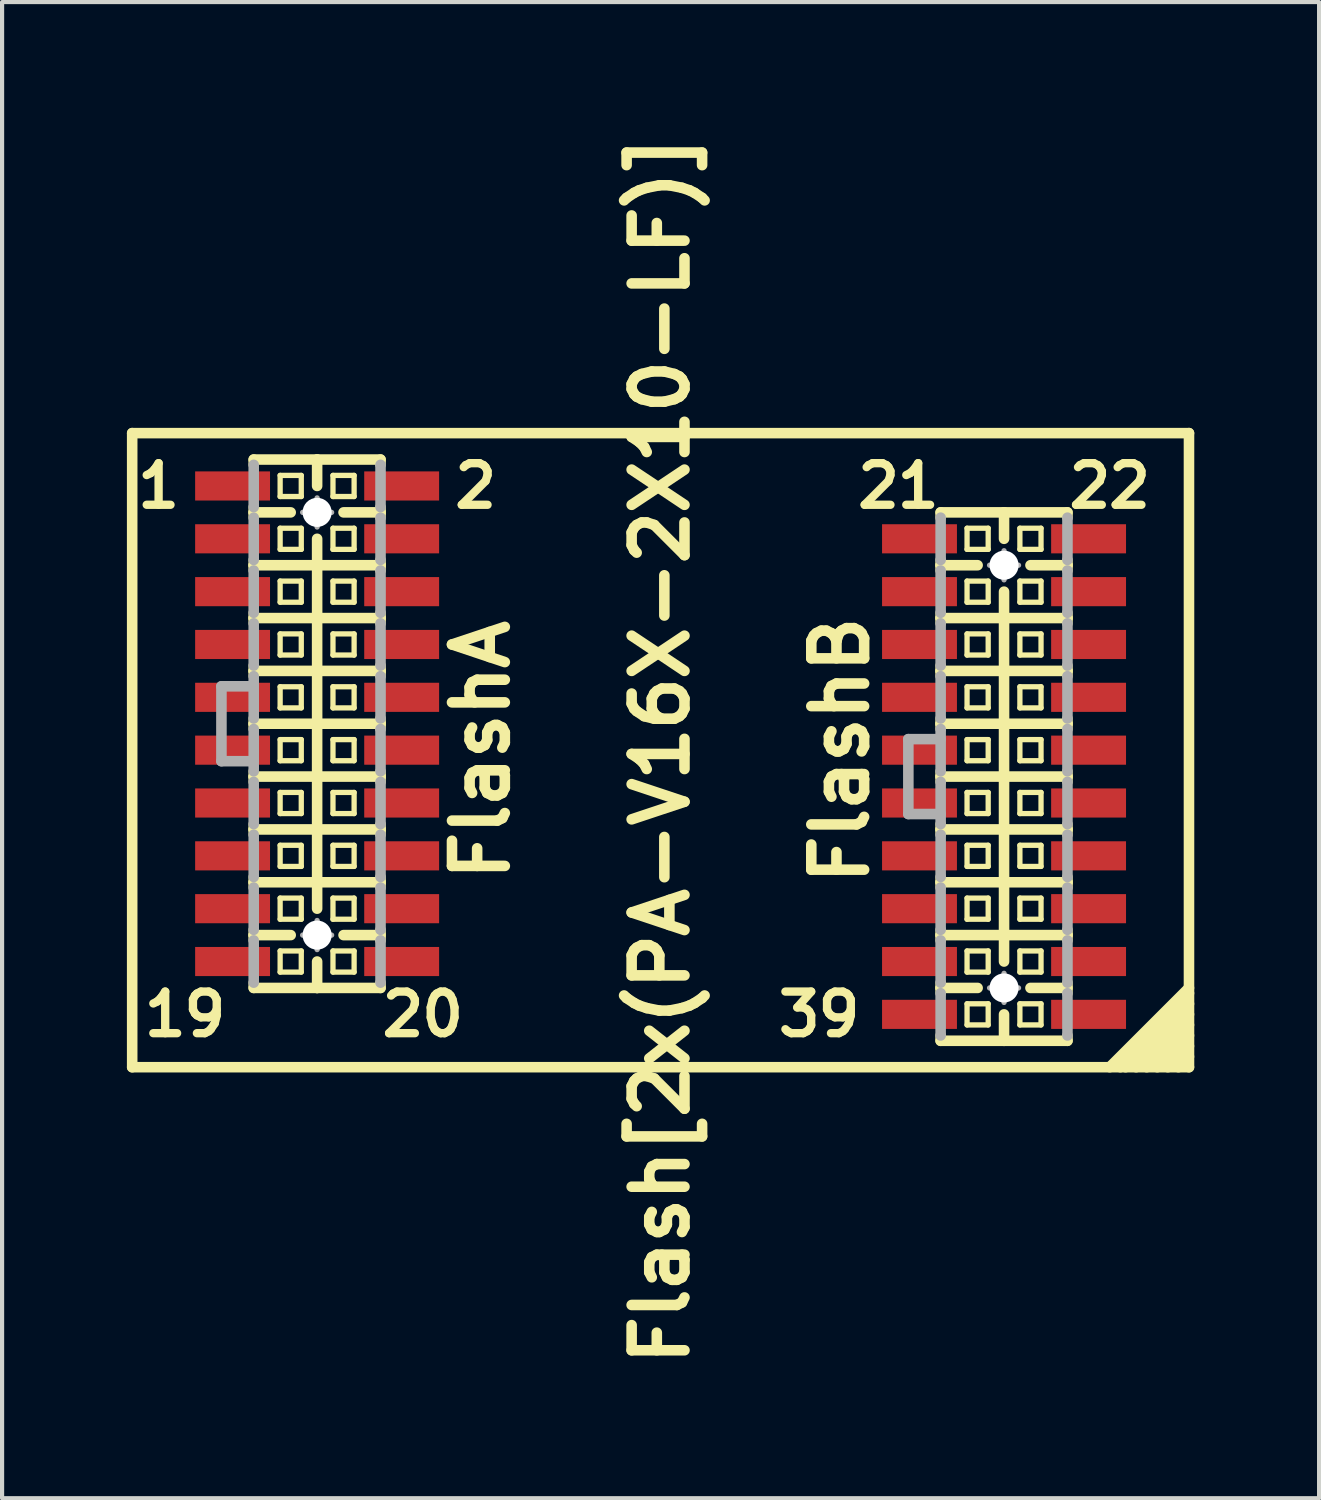
<source format=kicad_pcb>
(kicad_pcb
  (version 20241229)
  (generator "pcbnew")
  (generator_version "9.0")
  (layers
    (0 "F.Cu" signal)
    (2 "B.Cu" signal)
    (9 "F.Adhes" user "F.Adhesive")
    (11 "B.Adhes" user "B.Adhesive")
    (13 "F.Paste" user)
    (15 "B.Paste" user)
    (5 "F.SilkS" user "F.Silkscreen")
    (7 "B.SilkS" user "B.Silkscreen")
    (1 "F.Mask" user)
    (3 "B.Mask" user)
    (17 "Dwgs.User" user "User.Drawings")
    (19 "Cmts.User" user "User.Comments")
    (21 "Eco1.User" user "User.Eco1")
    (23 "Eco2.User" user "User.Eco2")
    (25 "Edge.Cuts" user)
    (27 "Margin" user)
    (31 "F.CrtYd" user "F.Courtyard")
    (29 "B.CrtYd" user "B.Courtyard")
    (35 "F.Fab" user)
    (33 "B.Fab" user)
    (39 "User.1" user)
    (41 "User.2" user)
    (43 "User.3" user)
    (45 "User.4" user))
  (footprint "Flash[2x(PA-V16X-2X10-LF)]"
    (layer "F.Cu")
    (at 12.827 14.98)
    (property "Reference" "Flash[2x(PA-V16X-2X10-LF)]" (at 0 0 90) (layer "F.SilkS") (effects (font (size 1.27 1.27) (thickness 0.254))))
    (attr smd)
    (fp_line (start -12.7 -7.62) (end 12.7 -7.62) (stroke (width 0.254) (type solid)) (layer "F.SilkS"))
    (fp_line (start -12.7 7.62) (end -12.7 -7.62) (stroke (width 0.254) (type solid)) (layer "F.SilkS"))
    (fp_line (start -9.779 -6.985) (end -9.779 -6.858) (stroke (width 0.254) (type solid)) (layer "F.SilkS"))
    (fp_line (start -9.779 -5.842) (end -9.779 -5.715) (stroke (width 0.254) (type solid)) (layer "F.SilkS"))
    (fp_line (start -9.779 -5.715) (end -9.779 -5.588) (stroke (width 0.254) (type solid)) (layer "F.SilkS"))
    (fp_line (start -9.779 -5.715) (end -8.89 -5.715) (stroke (width 0.254) (type solid)) (layer "F.SilkS"))
    (fp_line (start -9.779 -4.572) (end -9.779 -4.445) (stroke (width 0.254) (type solid)) (layer "F.SilkS"))
    (fp_line (start -9.779 -4.445) (end -9.779 -4.318) (stroke (width 0.254) (type solid)) (layer "F.SilkS"))
    (fp_line (start -9.779 -4.445) (end -8.255 -4.445) (stroke (width 0.254) (type solid)) (layer "F.SilkS"))
    (fp_line (start -9.779 -3.302) (end -9.779 -3.175) (stroke (width 0.254) (type solid)) (layer "F.SilkS"))
    (fp_line (start -9.779 -3.175) (end -9.779 -3.048) (stroke (width 0.254) (type solid)) (layer "F.SilkS"))
    (fp_line (start -9.779 -3.175) (end -8.255 -3.175) (stroke (width 0.254) (type solid)) (layer "F.SilkS"))
    (fp_line (start -9.779 -2.032) (end -9.779 -1.905) (stroke (width 0.254) (type solid)) (layer "F.SilkS"))
    (fp_line (start -9.779 -1.905) (end -9.779 -1.778) (stroke (width 0.254) (type solid)) (layer "F.SilkS"))
    (fp_line (start -9.779 -1.905) (end -8.255 -1.905) (stroke (width 0.254) (type solid)) (layer "F.SilkS"))
    (fp_line (start -9.779 -0.762) (end -9.779 -0.635) (stroke (width 0.254) (type solid)) (layer "F.SilkS"))
    (fp_line (start -9.779 -0.635) (end -9.779 -0.508) (stroke (width 0.254) (type solid)) (layer "F.SilkS"))
    (fp_line (start -9.779 -0.635) (end -8.255 -0.635) (stroke (width 0.254) (type solid)) (layer "F.SilkS"))
    (fp_line (start -9.779 0.508) (end -9.779 0.635) (stroke (width 0.254) (type solid)) (layer "F.SilkS"))
    (fp_line (start -9.779 0.635) (end -9.779 0.762) (stroke (width 0.254) (type solid)) (layer "F.SilkS"))
    (fp_line (start -9.779 0.635) (end -8.255 0.635) (stroke (width 0.254) (type solid)) (layer "F.SilkS"))
    (fp_line (start -9.779 1.778) (end -9.779 1.905) (stroke (width 0.254) (type solid)) (layer "F.SilkS"))
    (fp_line (start -9.779 1.905) (end -9.779 2.032) (stroke (width 0.254) (type solid)) (layer "F.SilkS"))
    (fp_line (start -9.779 1.905) (end -8.255 1.905) (stroke (width 0.254) (type solid)) (layer "F.SilkS"))
    (fp_line (start -9.779 3.048) (end -9.779 3.175) (stroke (width 0.254) (type solid)) (layer "F.SilkS"))
    (fp_line (start -9.779 3.175) (end -9.779 3.302) (stroke (width 0.254) (type solid)) (layer "F.SilkS"))
    (fp_line (start -9.779 3.175) (end -8.255 3.175) (stroke (width 0.254) (type solid)) (layer "F.SilkS"))
    (fp_line (start -9.779 4.318) (end -9.779 4.445) (stroke (width 0.254) (type solid)) (layer "F.SilkS"))
    (fp_line (start -9.779 4.445) (end -9.779 4.572) (stroke (width 0.254) (type solid)) (layer "F.SilkS"))
    (fp_line (start -9.779 4.445) (end -8.89 4.445) (stroke (width 0.254) (type solid)) (layer "F.SilkS"))
    (fp_line (start -9.779 5.715) (end -9.779 5.588) (stroke (width 0.254) (type solid)) (layer "F.SilkS"))
    (fp_line (start -9.144 -6.604) (end -9.144 -6.096) (stroke (width 0.127) (type solid)) (layer "F.SilkS"))
    (fp_line (start -9.144 -6.604) (end -8.636 -6.604) (stroke (width 0.127) (type solid)) (layer "F.SilkS"))
    (fp_line (start -9.144 -6.096) (end -8.636 -6.096) (stroke (width 0.127) (type solid)) (layer "F.SilkS"))
    (fp_line (start -9.144 -5.334) (end -9.144 -4.826) (stroke (width 0.127) (type solid)) (layer "F.SilkS"))
    (fp_line (start -9.144 -5.334) (end -8.636 -5.334) (stroke (width 0.127) (type solid)) (layer "F.SilkS"))
    (fp_line (start -9.144 -4.826) (end -8.636 -4.826) (stroke (width 0.127) (type solid)) (layer "F.SilkS"))
    (fp_line (start -9.144 -4.064) (end -9.144 -3.556) (stroke (width 0.127) (type solid)) (layer "F.SilkS"))
    (fp_line (start -9.144 -4.064) (end -8.636 -4.064) (stroke (width 0.127) (type solid)) (layer "F.SilkS"))
    (fp_line (start -9.144 -3.556) (end -8.636 -3.556) (stroke (width 0.127) (type solid)) (layer "F.SilkS"))
    (fp_line (start -9.144 -2.794) (end -9.144 -2.286) (stroke (width 0.127) (type solid)) (layer "F.SilkS"))
    (fp_line (start -9.144 -2.794) (end -8.636 -2.794) (stroke (width 0.127) (type solid)) (layer "F.SilkS"))
    (fp_line (start -9.144 -2.286) (end -8.636 -2.286) (stroke (width 0.127) (type solid)) (layer "F.SilkS"))
    (fp_line (start -9.144 -1.524) (end -9.144 -1.016) (stroke (width 0.127) (type solid)) (layer "F.SilkS"))
    (fp_line (start -9.144 -1.524) (end -8.636 -1.524) (stroke (width 0.127) (type solid)) (layer "F.SilkS"))
    (fp_line (start -9.144 -1.016) (end -8.636 -1.016) (stroke (width 0.127) (type solid)) (layer "F.SilkS"))
    (fp_line (start -9.144 -0.254) (end -9.144 0.254) (stroke (width 0.127) (type solid)) (layer "F.SilkS"))
    (fp_line (start -9.144 -0.254) (end -8.636 -0.254) (stroke (width 0.127) (type solid)) (layer "F.SilkS"))
    (fp_line (start -9.144 0.254) (end -8.636 0.254) (stroke (width 0.127) (type solid)) (layer "F.SilkS"))
    (fp_line (start -9.144 1.016) (end -9.144 1.524) (stroke (width 0.127) (type solid)) (layer "F.SilkS"))
    (fp_line (start -9.144 1.016) (end -8.636 1.016) (stroke (width 0.127) (type solid)) (layer "F.SilkS"))
    (fp_line (start -9.144 1.524) (end -8.636 1.524) (stroke (width 0.127) (type solid)) (layer "F.SilkS"))
    (fp_line (start -9.144 2.286) (end -9.144 2.794) (stroke (width 0.127) (type solid)) (layer "F.SilkS"))
    (fp_line (start -9.144 2.286) (end -8.636 2.286) (stroke (width 0.127) (type solid)) (layer "F.SilkS"))
    (fp_line (start -9.144 2.794) (end -8.636 2.794) (stroke (width 0.127) (type solid)) (layer "F.SilkS"))
    (fp_line (start -9.144 3.556) (end -9.144 4.064) (stroke (width 0.127) (type solid)) (layer "F.SilkS"))
    (fp_line (start -9.144 3.556) (end -8.636 3.556) (stroke (width 0.127) (type solid)) (layer "F.SilkS"))
    (fp_line (start -9.144 4.064) (end -8.636 4.064) (stroke (width 0.127) (type solid)) (layer "F.SilkS"))
    (fp_line (start -9.144 4.826) (end -9.144 5.334) (stroke (width 0.127) (type solid)) (layer "F.SilkS"))
    (fp_line (start -9.144 4.826) (end -8.636 4.826) (stroke (width 0.127) (type solid)) (layer "F.SilkS"))
    (fp_line (start -9.144 5.334) (end -8.636 5.334) (stroke (width 0.127) (type solid)) (layer "F.SilkS"))
    (fp_line (start -8.636 -6.604) (end -8.636 -6.096) (stroke (width 0.127) (type solid)) (layer "F.SilkS"))
    (fp_line (start -8.636 -5.334) (end -8.636 -4.826) (stroke (width 0.127) (type solid)) (layer "F.SilkS"))
    (fp_line (start -8.636 -4.064) (end -8.636 -3.556) (stroke (width 0.127) (type solid)) (layer "F.SilkS"))
    (fp_line (start -8.636 -2.794) (end -8.636 -2.286) (stroke (width 0.127) (type solid)) (layer "F.SilkS"))
    (fp_line (start -8.636 -1.524) (end -8.636 -1.016) (stroke (width 0.127) (type solid)) (layer "F.SilkS"))
    (fp_line (start -8.636 -0.254) (end -8.636 0.254) (stroke (width 0.127) (type solid)) (layer "F.SilkS"))
    (fp_line (start -8.636 1.016) (end -8.636 1.524) (stroke (width 0.127) (type solid)) (layer "F.SilkS"))
    (fp_line (start -8.636 2.286) (end -8.636 2.794) (stroke (width 0.127) (type solid)) (layer "F.SilkS"))
    (fp_line (start -8.636 3.556) (end -8.636 4.064) (stroke (width 0.127) (type solid)) (layer "F.SilkS"))
    (fp_line (start -8.636 4.826) (end -8.636 5.334) (stroke (width 0.127) (type solid)) (layer "F.SilkS"))
    (fp_line (start -8.255 -6.985) (end -9.779 -6.985) (stroke (width 0.254) (type solid)) (layer "F.SilkS"))
    (fp_line (start -8.255 -6.985) (end -8.255 -6.35) (stroke (width 0.254) (type solid)) (layer "F.SilkS"))
    (fp_line (start -8.255 -5.08) (end -8.255 -4.445) (stroke (width 0.254) (type solid)) (layer "F.SilkS"))
    (fp_line (start -8.255 -4.445) (end -8.255 -3.175) (stroke (width 0.254) (type solid)) (layer "F.SilkS"))
    (fp_line (start -8.255 -4.445) (end -6.731 -4.445) (stroke (width 0.254) (type solid)) (layer "F.SilkS"))
    (fp_line (start -8.255 -3.175) (end -8.255 -1.905) (stroke (width 0.254) (type solid)) (layer "F.SilkS"))
    (fp_line (start -8.255 -3.175) (end -6.731 -3.175) (stroke (width 0.254) (type solid)) (layer "F.SilkS"))
    (fp_line (start -8.255 -1.905) (end -8.255 -0.635) (stroke (width 0.254) (type solid)) (layer "F.SilkS"))
    (fp_line (start -8.255 -1.905) (end -6.731 -1.905) (stroke (width 0.254) (type solid)) (layer "F.SilkS"))
    (fp_line (start -8.255 -0.635) (end -8.255 0.635) (stroke (width 0.254) (type solid)) (layer "F.SilkS"))
    (fp_line (start -8.255 -0.635) (end -6.731 -0.635) (stroke (width 0.254) (type solid)) (layer "F.SilkS"))
    (fp_line (start -8.255 0.635) (end -8.255 1.905) (stroke (width 0.254) (type solid)) (layer "F.SilkS"))
    (fp_line (start -8.255 0.635) (end -6.731 0.635) (stroke (width 0.254) (type solid)) (layer "F.SilkS"))
    (fp_line (start -8.255 1.905) (end -8.255 3.175) (stroke (width 0.254) (type solid)) (layer "F.SilkS"))
    (fp_line (start -8.255 1.905) (end -6.731 1.905) (stroke (width 0.254) (type solid)) (layer "F.SilkS"))
    (fp_line (start -8.255 3.175) (end -8.255 3.81) (stroke (width 0.254) (type solid)) (layer "F.SilkS"))
    (fp_line (start -8.255 3.175) (end -6.731 3.175) (stroke (width 0.254) (type solid)) (layer "F.SilkS"))
    (fp_line (start -8.255 5.08) (end -8.255 5.715) (stroke (width 0.254) (type solid)) (layer "F.SilkS"))
    (fp_line (start -8.255 5.715) (end -9.779 5.715) (stroke (width 0.254) (type solid)) (layer "F.SilkS"))
    (fp_line (start -7.874 -6.604) (end -7.874 -6.096) (stroke (width 0.127) (type solid)) (layer "F.SilkS"))
    (fp_line (start -7.874 -6.604) (end -7.366 -6.604) (stroke (width 0.127) (type solid)) (layer "F.SilkS"))
    (fp_line (start -7.874 -6.096) (end -7.366 -6.096) (stroke (width 0.127) (type solid)) (layer "F.SilkS"))
    (fp_line (start -7.874 -5.334) (end -7.874 -4.826) (stroke (width 0.127) (type solid)) (layer "F.SilkS"))
    (fp_line (start -7.874 -5.334) (end -7.366 -5.334) (stroke (width 0.127) (type solid)) (layer "F.SilkS"))
    (fp_line (start -7.874 -4.826) (end -7.366 -4.826) (stroke (width 0.127) (type solid)) (layer "F.SilkS"))
    (fp_line (start -7.874 -4.064) (end -7.874 -3.556) (stroke (width 0.127) (type solid)) (layer "F.SilkS"))
    (fp_line (start -7.874 -4.064) (end -7.366 -4.064) (stroke (width 0.127) (type solid)) (layer "F.SilkS"))
    (fp_line (start -7.874 -3.556) (end -7.366 -3.556) (stroke (width 0.127) (type solid)) (layer "F.SilkS"))
    (fp_line (start -7.874 -2.794) (end -7.874 -2.286) (stroke (width 0.127) (type solid)) (layer "F.SilkS"))
    (fp_line (start -7.874 -2.794) (end -7.366 -2.794) (stroke (width 0.127) (type solid)) (layer "F.SilkS"))
    (fp_line (start -7.874 -2.286) (end -7.366 -2.286) (stroke (width 0.127) (type solid)) (layer "F.SilkS"))
    (fp_line (start -7.874 -1.524) (end -7.874 -1.016) (stroke (width 0.127) (type solid)) (layer "F.SilkS"))
    (fp_line (start -7.874 -1.524) (end -7.366 -1.524) (stroke (width 0.127) (type solid)) (layer "F.SilkS"))
    (fp_line (start -7.874 -1.016) (end -7.366 -1.016) (stroke (width 0.127) (type solid)) (layer "F.SilkS"))
    (fp_line (start -7.874 -0.254) (end -7.874 0.254) (stroke (width 0.127) (type solid)) (layer "F.SilkS"))
    (fp_line (start -7.874 -0.254) (end -7.366 -0.254) (stroke (width 0.127) (type solid)) (layer "F.SilkS"))
    (fp_line (start -7.874 0.254) (end -7.366 0.254) (stroke (width 0.127) (type solid)) (layer "F.SilkS"))
    (fp_line (start -7.874 1.016) (end -7.874 1.524) (stroke (width 0.127) (type solid)) (layer "F.SilkS"))
    (fp_line (start -7.874 1.016) (end -7.366 1.016) (stroke (width 0.127) (type solid)) (layer "F.SilkS"))
    (fp_line (start -7.874 1.524) (end -7.366 1.524) (stroke (width 0.127) (type solid)) (layer "F.SilkS"))
    (fp_line (start -7.874 2.286) (end -7.874 2.794) (stroke (width 0.127) (type solid)) (layer "F.SilkS"))
    (fp_line (start -7.874 2.286) (end -7.366 2.286) (stroke (width 0.127) (type solid)) (layer "F.SilkS"))
    (fp_line (start -7.874 2.794) (end -7.366 2.794) (stroke (width 0.127) (type solid)) (layer "F.SilkS"))
    (fp_line (start -7.874 3.556) (end -7.874 4.064) (stroke (width 0.127) (type solid)) (layer "F.SilkS"))
    (fp_line (start -7.874 3.556) (end -7.366 3.556) (stroke (width 0.127) (type solid)) (layer "F.SilkS"))
    (fp_line (start -7.874 4.064) (end -7.366 4.064) (stroke (width 0.127) (type solid)) (layer "F.SilkS"))
    (fp_line (start -7.874 4.826) (end -7.874 5.334) (stroke (width 0.127) (type solid)) (layer "F.SilkS"))
    (fp_line (start -7.874 4.826) (end -7.366 4.826) (stroke (width 0.127) (type solid)) (layer "F.SilkS"))
    (fp_line (start -7.874 5.334) (end -7.366 5.334) (stroke (width 0.127) (type solid)) (layer "F.SilkS"))
    (fp_line (start -7.62 -5.715) (end -6.731 -5.715) (stroke (width 0.254) (type solid)) (layer "F.SilkS"))
    (fp_line (start -7.62 4.445) (end -6.731 4.445) (stroke (width 0.254) (type solid)) (layer "F.SilkS"))
    (fp_line (start -7.366 -6.604) (end -7.366 -6.096) (stroke (width 0.127) (type solid)) (layer "F.SilkS"))
    (fp_line (start -7.366 -5.334) (end -7.366 -4.826) (stroke (width 0.127) (type solid)) (layer "F.SilkS"))
    (fp_line (start -7.366 -4.064) (end -7.366 -3.556) (stroke (width 0.127) (type solid)) (layer "F.SilkS"))
    (fp_line (start -7.366 -2.794) (end -7.366 -2.286) (stroke (width 0.127) (type solid)) (layer "F.SilkS"))
    (fp_line (start -7.366 -1.524) (end -7.366 -1.016) (stroke (width 0.127) (type solid)) (layer "F.SilkS"))
    (fp_line (start -7.366 -0.254) (end -7.366 0.254) (stroke (width 0.127) (type solid)) (layer "F.SilkS"))
    (fp_line (start -7.366 1.016) (end -7.366 1.524) (stroke (width 0.127) (type solid)) (layer "F.SilkS"))
    (fp_line (start -7.366 2.286) (end -7.366 2.794) (stroke (width 0.127) (type solid)) (layer "F.SilkS"))
    (fp_line (start -7.366 3.556) (end -7.366 4.064) (stroke (width 0.127) (type solid)) (layer "F.SilkS"))
    (fp_line (start -7.366 4.826) (end -7.366 5.334) (stroke (width 0.127) (type solid)) (layer "F.SilkS"))
    (fp_line (start -6.731 -6.985) (end -8.255 -6.985) (stroke (width 0.254) (type solid)) (layer "F.SilkS"))
    (fp_line (start -6.731 -6.858) (end -6.731 -6.985) (stroke (width 0.254) (type solid)) (layer "F.SilkS"))
    (fp_line (start -6.731 -5.842) (end -6.731 -5.715) (stroke (width 0.254) (type solid)) (layer "F.SilkS"))
    (fp_line (start -6.731 -5.715) (end -6.731 -5.588) (stroke (width 0.254) (type solid)) (layer "F.SilkS"))
    (fp_line (start -6.731 -4.572) (end -6.731 -4.445) (stroke (width 0.254) (type solid)) (layer "F.SilkS"))
    (fp_line (start -6.731 -4.445) (end -6.731 -4.318) (stroke (width 0.254) (type solid)) (layer "F.SilkS"))
    (fp_line (start -6.731 -3.302) (end -6.731 -3.175) (stroke (width 0.254) (type solid)) (layer "F.SilkS"))
    (fp_line (start -6.731 -3.175) (end -6.731 -3.048) (stroke (width 0.254) (type solid)) (layer "F.SilkS"))
    (fp_line (start -6.731 -2.032) (end -6.731 -1.905) (stroke (width 0.254) (type solid)) (layer "F.SilkS"))
    (fp_line (start -6.731 -1.905) (end -6.731 -1.778) (stroke (width 0.254) (type solid)) (layer "F.SilkS"))
    (fp_line (start -6.731 -0.762) (end -6.731 -0.635) (stroke (width 0.254) (type solid)) (layer "F.SilkS"))
    (fp_line (start -6.731 -0.635) (end -6.731 -0.508) (stroke (width 0.254) (type solid)) (layer "F.SilkS"))
    (fp_line (start -6.731 0.508) (end -6.731 0.635) (stroke (width 0.254) (type solid)) (layer "F.SilkS"))
    (fp_line (start -6.731 0.635) (end -6.731 0.762) (stroke (width 0.254) (type solid)) (layer "F.SilkS"))
    (fp_line (start -6.731 1.778) (end -6.731 1.905) (stroke (width 0.254) (type solid)) (layer "F.SilkS"))
    (fp_line (start -6.731 1.905) (end -6.731 2.032) (stroke (width 0.254) (type solid)) (layer "F.SilkS"))
    (fp_line (start -6.731 3.048) (end -6.731 3.175) (stroke (width 0.254) (type solid)) (layer "F.SilkS"))
    (fp_line (start -6.731 3.175) (end -6.731 3.302) (stroke (width 0.254) (type solid)) (layer "F.SilkS"))
    (fp_line (start -6.731 4.318) (end -6.731 4.572) (stroke (width 0.254) (type solid)) (layer "F.SilkS"))
    (fp_line (start -6.731 5.588) (end -6.731 5.715) (stroke (width 0.254) (type solid)) (layer "F.SilkS"))
    (fp_line (start -6.731 5.715) (end -8.255 5.715) (stroke (width 0.254) (type solid)) (layer "F.SilkS"))
    (fp_line (start 6.731 -5.715) (end 6.731 -5.588) (stroke (width 0.254) (type solid)) (layer "F.SilkS"))
    (fp_line (start 6.731 -4.572) (end 6.731 -4.445) (stroke (width 0.254) (type solid)) (layer "F.SilkS"))
    (fp_line (start 6.731 -4.445) (end 6.731 -4.318) (stroke (width 0.254) (type solid)) (layer "F.SilkS"))
    (fp_line (start 6.731 -4.445) (end 7.62 -4.445) (stroke (width 0.254) (type solid)) (layer "F.SilkS"))
    (fp_line (start 6.731 -3.302) (end 6.731 -3.175) (stroke (width 0.254) (type solid)) (layer "F.SilkS"))
    (fp_line (start 6.731 -3.175) (end 6.731 -3.048) (stroke (width 0.254) (type solid)) (layer "F.SilkS"))
    (fp_line (start 6.731 -3.175) (end 8.255 -3.175) (stroke (width 0.254) (type solid)) (layer "F.SilkS"))
    (fp_line (start 6.731 -2.032) (end 6.731 -1.905) (stroke (width 0.254) (type solid)) (layer "F.SilkS"))
    (fp_line (start 6.731 -1.905) (end 6.731 -1.778) (stroke (width 0.254) (type solid)) (layer "F.SilkS"))
    (fp_line (start 6.731 -1.905) (end 8.255 -1.905) (stroke (width 0.254) (type solid)) (layer "F.SilkS"))
    (fp_line (start 6.731 -0.762) (end 6.731 -0.635) (stroke (width 0.254) (type solid)) (layer "F.SilkS"))
    (fp_line (start 6.731 -0.635) (end 6.731 -0.508) (stroke (width 0.254) (type solid)) (layer "F.SilkS"))
    (fp_line (start 6.731 -0.635) (end 8.255 -0.635) (stroke (width 0.254) (type solid)) (layer "F.SilkS"))
    (fp_line (start 6.731 0.508) (end 6.731 0.635) (stroke (width 0.254) (type solid)) (layer "F.SilkS"))
    (fp_line (start 6.731 0.635) (end 6.731 0.762) (stroke (width 0.254) (type solid)) (layer "F.SilkS"))
    (fp_line (start 6.731 0.635) (end 8.255 0.635) (stroke (width 0.254) (type solid)) (layer "F.SilkS"))
    (fp_line (start 6.731 1.778) (end 6.731 1.905) (stroke (width 0.254) (type solid)) (layer "F.SilkS"))
    (fp_line (start 6.731 1.905) (end 6.731 2.032) (stroke (width 0.254) (type solid)) (layer "F.SilkS"))
    (fp_line (start 6.731 1.905) (end 8.255 1.905) (stroke (width 0.254) (type solid)) (layer "F.SilkS"))
    (fp_line (start 6.731 3.048) (end 6.731 3.175) (stroke (width 0.254) (type solid)) (layer "F.SilkS"))
    (fp_line (start 6.731 3.175) (end 6.731 3.302) (stroke (width 0.254) (type solid)) (layer "F.SilkS"))
    (fp_line (start 6.731 3.175) (end 8.255 3.175) (stroke (width 0.254) (type solid)) (layer "F.SilkS"))
    (fp_line (start 6.731 4.318) (end 6.731 4.445) (stroke (width 0.254) (type solid)) (layer "F.SilkS"))
    (fp_line (start 6.731 4.445) (end 6.731 4.572) (stroke (width 0.254) (type solid)) (layer "F.SilkS"))
    (fp_line (start 6.731 4.445) (end 8.255 4.445) (stroke (width 0.254) (type solid)) (layer "F.SilkS"))
    (fp_line (start 6.731 5.588) (end 6.731 5.715) (stroke (width 0.254) (type solid)) (layer "F.SilkS"))
    (fp_line (start 6.731 5.715) (end 6.731 5.842) (stroke (width 0.254) (type solid)) (layer "F.SilkS"))
    (fp_line (start 6.731 5.715) (end 7.62 5.715) (stroke (width 0.254) (type solid)) (layer "F.SilkS"))
    (fp_line (start 6.731 6.985) (end 6.731 6.858) (stroke (width 0.254) (type solid)) (layer "F.SilkS"))
    (fp_line (start 7.366 -5.334) (end 7.366 -4.826) (stroke (width 0.127) (type solid)) (layer "F.SilkS"))
    (fp_line (start 7.366 -5.334) (end 7.874 -5.334) (stroke (width 0.127) (type solid)) (layer "F.SilkS"))
    (fp_line (start 7.366 -4.826) (end 7.874 -4.826) (stroke (width 0.127) (type solid)) (layer "F.SilkS"))
    (fp_line (start 7.366 -4.064) (end 7.366 -3.556) (stroke (width 0.127) (type solid)) (layer "F.SilkS"))
    (fp_line (start 7.366 -4.064) (end 7.874 -4.064) (stroke (width 0.127) (type solid)) (layer "F.SilkS"))
    (fp_line (start 7.366 -3.556) (end 7.874 -3.556) (stroke (width 0.127) (type solid)) (layer "F.SilkS"))
    (fp_line (start 7.366 -2.794) (end 7.366 -2.286) (stroke (width 0.127) (type solid)) (layer "F.SilkS"))
    (fp_line (start 7.366 -2.794) (end 7.874 -2.794) (stroke (width 0.127) (type solid)) (layer "F.SilkS"))
    (fp_line (start 7.366 -2.286) (end 7.874 -2.286) (stroke (width 0.127) (type solid)) (layer "F.SilkS"))
    (fp_line (start 7.366 -1.524) (end 7.366 -1.016) (stroke (width 0.127) (type solid)) (layer "F.SilkS"))
    (fp_line (start 7.366 -1.524) (end 7.874 -1.524) (stroke (width 0.127) (type solid)) (layer "F.SilkS"))
    (fp_line (start 7.366 -1.016) (end 7.874 -1.016) (stroke (width 0.127) (type solid)) (layer "F.SilkS"))
    (fp_line (start 7.366 -0.254) (end 7.366 0.254) (stroke (width 0.127) (type solid)) (layer "F.SilkS"))
    (fp_line (start 7.366 -0.254) (end 7.874 -0.254) (stroke (width 0.127) (type solid)) (layer "F.SilkS"))
    (fp_line (start 7.366 0.254) (end 7.874 0.254) (stroke (width 0.127) (type solid)) (layer "F.SilkS"))
    (fp_line (start 7.366 1.016) (end 7.366 1.524) (stroke (width 0.127) (type solid)) (layer "F.SilkS"))
    (fp_line (start 7.366 1.016) (end 7.874 1.016) (stroke (width 0.127) (type solid)) (layer "F.SilkS"))
    (fp_line (start 7.366 1.524) (end 7.874 1.524) (stroke (width 0.127) (type solid)) (layer "F.SilkS"))
    (fp_line (start 7.366 2.286) (end 7.366 2.794) (stroke (width 0.127) (type solid)) (layer "F.SilkS"))
    (fp_line (start 7.366 2.286) (end 7.874 2.286) (stroke (width 0.127) (type solid)) (layer "F.SilkS"))
    (fp_line (start 7.366 2.794) (end 7.874 2.794) (stroke (width 0.127) (type solid)) (layer "F.SilkS"))
    (fp_line (start 7.366 3.556) (end 7.366 4.064) (stroke (width 0.127) (type solid)) (layer "F.SilkS"))
    (fp_line (start 7.366 3.556) (end 7.874 3.556) (stroke (width 0.127) (type solid)) (layer "F.SilkS"))
    (fp_line (start 7.366 4.064) (end 7.874 4.064) (stroke (width 0.127) (type solid)) (layer "F.SilkS"))
    (fp_line (start 7.366 4.826) (end 7.366 5.334) (stroke (width 0.127) (type solid)) (layer "F.SilkS"))
    (fp_line (start 7.366 4.826) (end 7.874 4.826) (stroke (width 0.127) (type solid)) (layer "F.SilkS"))
    (fp_line (start 7.366 5.334) (end 7.874 5.334) (stroke (width 0.127) (type solid)) (layer "F.SilkS"))
    (fp_line (start 7.366 6.096) (end 7.366 6.604) (stroke (width 0.127) (type solid)) (layer "F.SilkS"))
    (fp_line (start 7.366 6.096) (end 7.874 6.096) (stroke (width 0.127) (type solid)) (layer "F.SilkS"))
    (fp_line (start 7.366 6.604) (end 7.874 6.604) (stroke (width 0.127) (type solid)) (layer "F.SilkS"))
    (fp_line (start 7.874 -5.334) (end 7.874 -4.826) (stroke (width 0.127) (type solid)) (layer "F.SilkS"))
    (fp_line (start 7.874 -4.064) (end 7.874 -3.556) (stroke (width 0.127) (type solid)) (layer "F.SilkS"))
    (fp_line (start 7.874 -2.794) (end 7.874 -2.286) (stroke (width 0.127) (type solid)) (layer "F.SilkS"))
    (fp_line (start 7.874 -1.524) (end 7.874 -1.016) (stroke (width 0.127) (type solid)) (layer "F.SilkS"))
    (fp_line (start 7.874 -0.254) (end 7.874 0.254) (stroke (width 0.127) (type solid)) (layer "F.SilkS"))
    (fp_line (start 7.874 1.016) (end 7.874 1.524) (stroke (width 0.127) (type solid)) (layer "F.SilkS"))
    (fp_line (start 7.874 2.286) (end 7.874 2.794) (stroke (width 0.127) (type solid)) (layer "F.SilkS"))
    (fp_line (start 7.874 3.556) (end 7.874 4.064) (stroke (width 0.127) (type solid)) (layer "F.SilkS"))
    (fp_line (start 7.874 4.826) (end 7.874 5.334) (stroke (width 0.127) (type solid)) (layer "F.SilkS"))
    (fp_line (start 7.874 6.096) (end 7.874 6.604) (stroke (width 0.127) (type solid)) (layer "F.SilkS"))
    (fp_line (start 8.255 -5.715) (end 6.731 -5.715) (stroke (width 0.254) (type solid)) (layer "F.SilkS"))
    (fp_line (start 8.255 -5.715) (end 8.255 -5.08) (stroke (width 0.254) (type solid)) (layer "F.SilkS"))
    (fp_line (start 8.255 -3.81) (end 8.255 -3.175) (stroke (width 0.254) (type solid)) (layer "F.SilkS"))
    (fp_line (start 8.255 -3.175) (end 8.255 -1.905) (stroke (width 0.254) (type solid)) (layer "F.SilkS"))
    (fp_line (start 8.255 -3.175) (end 9.779 -3.175) (stroke (width 0.254) (type solid)) (layer "F.SilkS"))
    (fp_line (start 8.255 -1.905) (end 8.255 -0.635) (stroke (width 0.254) (type solid)) (layer "F.SilkS"))
    (fp_line (start 8.255 -1.905) (end 9.779 -1.905) (stroke (width 0.254) (type solid)) (layer "F.SilkS"))
    (fp_line (start 8.255 -0.635) (end 8.255 0.635) (stroke (width 0.254) (type solid)) (layer "F.SilkS"))
    (fp_line (start 8.255 -0.635) (end 9.779 -0.635) (stroke (width 0.254) (type solid)) (layer "F.SilkS"))
    (fp_line (start 8.255 0.635) (end 8.255 1.905) (stroke (width 0.254) (type solid)) (layer "F.SilkS"))
    (fp_line (start 8.255 0.635) (end 9.779 0.635) (stroke (width 0.254) (type solid)) (layer "F.SilkS"))
    (fp_line (start 8.255 1.905) (end 8.255 3.175) (stroke (width 0.254) (type solid)) (layer "F.SilkS"))
    (fp_line (start 8.255 1.905) (end 9.779 1.905) (stroke (width 0.254) (type solid)) (layer "F.SilkS"))
    (fp_line (start 8.255 3.175) (end 8.255 4.445) (stroke (width 0.254) (type solid)) (layer "F.SilkS"))
    (fp_line (start 8.255 3.175) (end 9.779 3.175) (stroke (width 0.254) (type solid)) (layer "F.SilkS"))
    (fp_line (start 8.255 4.445) (end 8.255 5.08) (stroke (width 0.254) (type solid)) (layer "F.SilkS"))
    (fp_line (start 8.255 4.445) (end 9.779 4.445) (stroke (width 0.254) (type solid)) (layer "F.SilkS"))
    (fp_line (start 8.255 6.35) (end 8.255 6.985) (stroke (width 0.254) (type solid)) (layer "F.SilkS"))
    (fp_line (start 8.255 6.985) (end 6.731 6.985) (stroke (width 0.254) (type solid)) (layer "F.SilkS"))
    (fp_line (start 8.636 -5.334) (end 8.636 -4.826) (stroke (width 0.127) (type solid)) (layer "F.SilkS"))
    (fp_line (start 8.636 -5.334) (end 9.144 -5.334) (stroke (width 0.127) (type solid)) (layer "F.SilkS"))
    (fp_line (start 8.636 -4.826) (end 9.144 -4.826) (stroke (width 0.127) (type solid)) (layer "F.SilkS"))
    (fp_line (start 8.636 -4.064) (end 8.636 -3.556) (stroke (width 0.127) (type solid)) (layer "F.SilkS"))
    (fp_line (start 8.636 -4.064) (end 9.144 -4.064) (stroke (width 0.127) (type solid)) (layer "F.SilkS"))
    (fp_line (start 8.636 -3.556) (end 9.144 -3.556) (stroke (width 0.127) (type solid)) (layer "F.SilkS"))
    (fp_line (start 8.636 -2.794) (end 8.636 -2.286) (stroke (width 0.127) (type solid)) (layer "F.SilkS"))
    (fp_line (start 8.636 -2.794) (end 9.144 -2.794) (stroke (width 0.127) (type solid)) (layer "F.SilkS"))
    (fp_line (start 8.636 -2.286) (end 9.144 -2.286) (stroke (width 0.127) (type solid)) (layer "F.SilkS"))
    (fp_line (start 8.636 -1.524) (end 8.636 -1.016) (stroke (width 0.127) (type solid)) (layer "F.SilkS"))
    (fp_line (start 8.636 -1.524) (end 9.144 -1.524) (stroke (width 0.127) (type solid)) (layer "F.SilkS"))
    (fp_line (start 8.636 -1.016) (end 9.144 -1.016) (stroke (width 0.127) (type solid)) (layer "F.SilkS"))
    (fp_line (start 8.636 -0.254) (end 8.636 0.254) (stroke (width 0.127) (type solid)) (layer "F.SilkS"))
    (fp_line (start 8.636 -0.254) (end 9.144 -0.254) (stroke (width 0.127) (type solid)) (layer "F.SilkS"))
    (fp_line (start 8.636 0.254) (end 9.144 0.254) (stroke (width 0.127) (type solid)) (layer "F.SilkS"))
    (fp_line (start 8.636 1.016) (end 8.636 1.524) (stroke (width 0.127) (type solid)) (layer "F.SilkS"))
    (fp_line (start 8.636 1.016) (end 9.144 1.016) (stroke (width 0.127) (type solid)) (layer "F.SilkS"))
    (fp_line (start 8.636 1.524) (end 9.144 1.524) (stroke (width 0.127) (type solid)) (layer "F.SilkS"))
    (fp_line (start 8.636 2.286) (end 8.636 2.794) (stroke (width 0.127) (type solid)) (layer "F.SilkS"))
    (fp_line (start 8.636 2.286) (end 9.144 2.286) (stroke (width 0.127) (type solid)) (layer "F.SilkS"))
    (fp_line (start 8.636 2.794) (end 9.144 2.794) (stroke (width 0.127) (type solid)) (layer "F.SilkS"))
    (fp_line (start 8.636 3.556) (end 8.636 4.064) (stroke (width 0.127) (type solid)) (layer "F.SilkS"))
    (fp_line (start 8.636 3.556) (end 9.144 3.556) (stroke (width 0.127) (type solid)) (layer "F.SilkS"))
    (fp_line (start 8.636 4.064) (end 9.144 4.064) (stroke (width 0.127) (type solid)) (layer "F.SilkS"))
    (fp_line (start 8.636 4.826) (end 8.636 5.334) (stroke (width 0.127) (type solid)) (layer "F.SilkS"))
    (fp_line (start 8.636 4.826) (end 9.144 4.826) (stroke (width 0.127) (type solid)) (layer "F.SilkS"))
    (fp_line (start 8.636 5.334) (end 9.144 5.334) (stroke (width 0.127) (type solid)) (layer "F.SilkS"))
    (fp_line (start 8.636 6.096) (end 8.636 6.604) (stroke (width 0.127) (type solid)) (layer "F.SilkS"))
    (fp_line (start 8.636 6.096) (end 9.144 6.096) (stroke (width 0.127) (type solid)) (layer "F.SilkS"))
    (fp_line (start 8.636 6.604) (end 9.144 6.604) (stroke (width 0.127) (type solid)) (layer "F.SilkS"))
    (fp_line (start 8.89 -4.445) (end 9.779 -4.445) (stroke (width 0.254) (type solid)) (layer "F.SilkS"))
    (fp_line (start 8.89 5.715) (end 9.779 5.715) (stroke (width 0.254) (type solid)) (layer "F.SilkS"))
    (fp_line (start 9.144 -5.334) (end 9.144 -4.826) (stroke (width 0.127) (type solid)) (layer "F.SilkS"))
    (fp_line (start 9.144 -4.064) (end 9.144 -3.556) (stroke (width 0.127) (type solid)) (layer "F.SilkS"))
    (fp_line (start 9.144 -2.794) (end 9.144 -2.286) (stroke (width 0.127) (type solid)) (layer "F.SilkS"))
    (fp_line (start 9.144 -1.524) (end 9.144 -1.016) (stroke (width 0.127) (type solid)) (layer "F.SilkS"))
    (fp_line (start 9.144 -0.254) (end 9.144 0.254) (stroke (width 0.127) (type solid)) (layer "F.SilkS"))
    (fp_line (start 9.144 1.016) (end 9.144 1.524) (stroke (width 0.127) (type solid)) (layer "F.SilkS"))
    (fp_line (start 9.144 2.286) (end 9.144 2.794) (stroke (width 0.127) (type solid)) (layer "F.SilkS"))
    (fp_line (start 9.144 3.556) (end 9.144 4.064) (stroke (width 0.127) (type solid)) (layer "F.SilkS"))
    (fp_line (start 9.144 4.826) (end 9.144 5.334) (stroke (width 0.127) (type solid)) (layer "F.SilkS"))
    (fp_line (start 9.144 6.096) (end 9.144 6.604) (stroke (width 0.127) (type solid)) (layer "F.SilkS"))
    (fp_line (start 9.779 -5.715) (end 8.255 -5.715) (stroke (width 0.254) (type solid)) (layer "F.SilkS"))
    (fp_line (start 9.779 -5.588) (end 9.779 -5.715) (stroke (width 0.254) (type solid)) (layer "F.SilkS"))
    (fp_line (start 9.779 -4.572) (end 9.779 -4.445) (stroke (width 0.254) (type solid)) (layer "F.SilkS"))
    (fp_line (start 9.779 -4.445) (end 9.779 -4.318) (stroke (width 0.254) (type solid)) (layer "F.SilkS"))
    (fp_line (start 9.779 -3.302) (end 9.779 -3.175) (stroke (width 0.254) (type solid)) (layer "F.SilkS"))
    (fp_line (start 9.779 -3.175) (end 9.779 -3.048) (stroke (width 0.254) (type solid)) (layer "F.SilkS"))
    (fp_line (start 9.779 -2.032) (end 9.779 -1.905) (stroke (width 0.254) (type solid)) (layer "F.SilkS"))
    (fp_line (start 9.779 -1.905) (end 9.779 -1.778) (stroke (width 0.254) (type solid)) (layer "F.SilkS"))
    (fp_line (start 9.779 -0.762) (end 9.779 -0.635) (stroke (width 0.254) (type solid)) (layer "F.SilkS"))
    (fp_line (start 9.779 -0.635) (end 9.779 -0.508) (stroke (width 0.254) (type solid)) (layer "F.SilkS"))
    (fp_line (start 9.779 0.508) (end 9.779 0.635) (stroke (width 0.254) (type solid)) (layer "F.SilkS"))
    (fp_line (start 9.779 0.635) (end 9.779 0.762) (stroke (width 0.254) (type solid)) (layer "F.SilkS"))
    (fp_line (start 9.779 1.778) (end 9.779 1.905) (stroke (width 0.254) (type solid)) (layer "F.SilkS"))
    (fp_line (start 9.779 1.905) (end 9.779 2.032) (stroke (width 0.254) (type solid)) (layer "F.SilkS"))
    (fp_line (start 9.779 3.048) (end 9.779 3.175) (stroke (width 0.254) (type solid)) (layer "F.SilkS"))
    (fp_line (start 9.779 3.175) (end 9.779 3.302) (stroke (width 0.254) (type solid)) (layer "F.SilkS"))
    (fp_line (start 9.779 4.318) (end 9.779 4.445) (stroke (width 0.254) (type solid)) (layer "F.SilkS"))
    (fp_line (start 9.779 4.445) (end 9.779 4.572) (stroke (width 0.254) (type solid)) (layer "F.SilkS"))
    (fp_line (start 9.779 5.588) (end 9.779 5.842) (stroke (width 0.254) (type solid)) (layer "F.SilkS"))
    (fp_line (start 9.779 6.858) (end 9.779 6.985) (stroke (width 0.254) (type solid)) (layer "F.SilkS"))
    (fp_line (start 9.779 6.985) (end 8.255 6.985) (stroke (width 0.254) (type solid)) (layer "F.SilkS"))
    (fp_line (start 10.795 7.62) (end 12.7 5.715) (stroke (width 0.254) (type solid)) (layer "F.SilkS"))
    (fp_line (start 11.049 7.62) (end 12.7 5.842) (stroke (width 0.254) (type solid)) (layer "F.SilkS"))
    (fp_line (start 11.176 7.62) (end 12.7 6.096) (stroke (width 0.254) (type solid)) (layer "F.SilkS"))
    (fp_line (start 11.43 7.62) (end 12.7 6.35) (stroke (width 0.254) (type solid)) (layer "F.SilkS"))
    (fp_line (start 11.684 7.62) (end 12.7 6.604) (stroke (width 0.254) (type solid)) (layer "F.SilkS"))
    (fp_line (start 11.938 7.62) (end 12.7 6.858) (stroke (width 0.254) (type solid)) (layer "F.SilkS"))
    (fp_line (start 12.192 7.62) (end 12.7 7.112) (stroke (width 0.254) (type solid)) (layer "F.SilkS"))
    (fp_line (start 12.7 -7.62) (end 12.7 7.62) (stroke (width 0.254) (type solid)) (layer "F.SilkS"))
    (fp_line (start 12.7 7.366) (end 12.446 7.62) (stroke (width 0.254) (type solid)) (layer "F.SilkS"))
    (fp_line (start 12.7 7.62) (end -12.7 7.62) (stroke (width 0.254) (type solid)) (layer "F.SilkS"))
    (fp_line (start -10.555 -1.535) (end -10.555 0.265) (stroke (width 0.254) (type solid)) (layer "F.Fab"))
    (fp_line (start -10.555 -1.535) (end -9.779 -1.535) (stroke (width 0.254) (type solid)) (layer "F.Fab"))
    (fp_line (start -10.555 0.265) (end -9.779 0.265) (stroke (width 0.254) (type solid)) (layer "F.Fab"))
    (fp_line (start -9.779 -6.858) (end -9.779 -5.842) (stroke (width 0.254) (type solid)) (layer "F.Fab"))
    (fp_line (start -9.779 -5.588) (end -9.779 -4.572) (stroke (width 0.254) (type solid)) (layer "F.Fab"))
    (fp_line (start -9.779 -4.318) (end -9.779 -3.302) (stroke (width 0.254) (type solid)) (layer "F.Fab"))
    (fp_line (start -9.779 -3.048) (end -9.779 -2.032) (stroke (width 0.254) (type solid)) (layer "F.Fab"))
    (fp_line (start -9.779 -1.778) (end -9.779 -0.762) (stroke (width 0.254) (type solid)) (layer "F.Fab"))
    (fp_line (start -9.779 -0.508) (end -9.779 0.508) (stroke (width 0.254) (type solid)) (layer "F.Fab"))
    (fp_line (start -9.779 0.762) (end -9.779 1.778) (stroke (width 0.254) (type solid)) (layer "F.Fab"))
    (fp_line (start -9.779 2.032) (end -9.779 3.048) (stroke (width 0.254) (type solid)) (layer "F.Fab"))
    (fp_line (start -9.779 3.302) (end -9.779 4.318) (stroke (width 0.254) (type solid)) (layer "F.Fab"))
    (fp_line (start -9.779 4.572) (end -9.779 5.588) (stroke (width 0.254) (type solid)) (layer "F.Fab"))
    (fp_line (start -8.603 -5.715) (end -7.907 -5.715) (stroke (width 0.127) (type solid)) (layer "F.Fab"))
    (fp_line (start -8.603 4.445) (end -7.907 4.445) (stroke (width 0.127) (type solid)) (layer "F.Fab"))
    (fp_line (start -8.255 -6.063) (end -8.255 -5.364) (stroke (width 0.127) (type solid)) (layer "F.Fab"))
    (fp_line (start -8.255 4.094) (end -8.255 4.793) (stroke (width 0.127) (type solid)) (layer "F.Fab"))
    (fp_line (start -6.731 -6.858) (end -6.731 -5.842) (stroke (width 0.254) (type solid)) (layer "F.Fab"))
    (fp_line (start -6.731 -5.588) (end -6.731 -4.572) (stroke (width 0.254) (type solid)) (layer "F.Fab"))
    (fp_line (start -6.731 -4.318) (end -6.731 -3.302) (stroke (width 0.254) (type solid)) (layer "F.Fab"))
    (fp_line (start -6.731 -3.048) (end -6.731 -2.032) (stroke (width 0.254) (type solid)) (layer "F.Fab"))
    (fp_line (start -6.731 -1.778) (end -6.731 -0.762) (stroke (width 0.254) (type solid)) (layer "F.Fab"))
    (fp_line (start -6.731 -0.508) (end -6.731 0.508) (stroke (width 0.254) (type solid)) (layer "F.Fab"))
    (fp_line (start -6.731 0.762) (end -6.731 1.778) (stroke (width 0.254) (type solid)) (layer "F.Fab"))
    (fp_line (start -6.731 2.032) (end -6.731 3.048) (stroke (width 0.254) (type solid)) (layer "F.Fab"))
    (fp_line (start -6.731 3.302) (end -6.731 4.318) (stroke (width 0.254) (type solid)) (layer "F.Fab"))
    (fp_line (start -6.731 4.572) (end -6.731 5.588) (stroke (width 0.254) (type solid)) (layer "F.Fab"))
    (fp_line (start 5.955 -0.265) (end 5.955 1.535) (stroke (width 0.254) (type solid)) (layer "F.Fab"))
    (fp_line (start 5.955 -0.265) (end 6.731 -0.265) (stroke (width 0.254) (type solid)) (layer "F.Fab"))
    (fp_line (start 5.955 1.535) (end 6.731 1.535) (stroke (width 0.254) (type solid)) (layer "F.Fab"))
    (fp_line (start 6.731 -5.588) (end 6.731 -4.572) (stroke (width 0.254) (type solid)) (layer "F.Fab"))
    (fp_line (start 6.731 -4.318) (end 6.731 -3.302) (stroke (width 0.254) (type solid)) (layer "F.Fab"))
    (fp_line (start 6.731 -3.048) (end 6.731 -2.032) (stroke (width 0.254) (type solid)) (layer "F.Fab"))
    (fp_line (start 6.731 -1.778) (end 6.731 -0.762) (stroke (width 0.254) (type solid)) (layer "F.Fab"))
    (fp_line (start 6.731 -0.508) (end 6.731 0.508) (stroke (width 0.254) (type solid)) (layer "F.Fab"))
    (fp_line (start 6.731 0.762) (end 6.731 1.778) (stroke (width 0.254) (type solid)) (layer "F.Fab"))
    (fp_line (start 6.731 2.032) (end 6.731 3.048) (stroke (width 0.254) (type solid)) (layer "F.Fab"))
    (fp_line (start 6.731 3.302) (end 6.731 4.318) (stroke (width 0.254) (type solid)) (layer "F.Fab"))
    (fp_line (start 6.731 4.572) (end 6.731 5.588) (stroke (width 0.254) (type solid)) (layer "F.Fab"))
    (fp_line (start 6.731 5.842) (end 6.731 6.858) (stroke (width 0.254) (type solid)) (layer "F.Fab"))
    (fp_line (start 7.907 -4.445) (end 8.603 -4.445) (stroke (width 0.127) (type solid)) (layer "F.Fab"))
    (fp_line (start 7.907 5.715) (end 8.603 5.715) (stroke (width 0.127) (type solid)) (layer "F.Fab"))
    (fp_line (start 8.255 -4.793) (end 8.255 -4.094) (stroke (width 0.127) (type solid)) (layer "F.Fab"))
    (fp_line (start 8.255 5.364) (end 8.255 6.063) (stroke (width 0.127) (type solid)) (layer "F.Fab"))
    (fp_line (start 9.779 -5.588) (end 9.779 -4.572) (stroke (width 0.254) (type solid)) (layer "F.Fab"))
    (fp_line (start 9.779 -4.318) (end 9.779 -3.302) (stroke (width 0.254) (type solid)) (layer "F.Fab"))
    (fp_line (start 9.779 -3.048) (end 9.779 -2.032) (stroke (width 0.254) (type solid)) (layer "F.Fab"))
    (fp_line (start 9.779 -1.778) (end 9.779 -0.762) (stroke (width 0.254) (type solid)) (layer "F.Fab"))
    (fp_line (start 9.779 -0.508) (end 9.779 0.508) (stroke (width 0.254) (type solid)) (layer "F.Fab"))
    (fp_line (start 9.779 0.762) (end 9.779 1.778) (stroke (width 0.254) (type solid)) (layer "F.Fab"))
    (fp_line (start 9.779 2.032) (end 9.779 3.048) (stroke (width 0.254) (type solid)) (layer "F.Fab"))
    (fp_line (start 9.779 3.302) (end 9.779 4.318) (stroke (width 0.254) (type solid)) (layer "F.Fab"))
    (fp_line (start 9.779 4.572) (end 9.779 5.588) (stroke (width 0.254) (type solid)) (layer "F.Fab"))
    (fp_line (start 9.779 5.842) (end 9.779 6.858) (stroke (width 0.254) (type solid)) (layer "F.Fab"))
    (fp_circle (center -8.255 -5.715) (end -8.428 -5.888) (stroke (width 0.127) (type solid)) (fill no) (layer "F.Fab"))
    (fp_circle (center -8.255 4.445) (end -8.428 4.618) (stroke (width 0.127) (type solid)) (fill no) (layer "F.Fab"))
    (fp_circle (center 8.255 -4.445) (end 8.082 -4.618) (stroke (width 0.127) (type solid)) (fill no) (layer "F.Fab"))
    (fp_circle (center 8.255 5.715) (end 8.082 5.888) (stroke (width 0.127) (type solid)) (fill no) (layer "F.Fab"))
    (fp_text user "22" (at 10.795 -6.35 0) (layer "F.SilkS") (effects (font (size 1 1) (thickness 0.2))))
    (fp_text user "21" (at 5.715 -6.35 0) (layer "F.SilkS") (effects (font (size 1 1) (thickness 0.2))))
    (fp_text user "1" (at -12.065 -6.35 0) (layer "F.SilkS") (effects (font (size 1 1) (thickness 0.2))))
    (fp_text user "20" (at -5.715 6.35 0) (layer "F.SilkS") (effects (font (size 1 1) (thickness 0.2))))
    (fp_text user "2" (at -4.445 -6.35 0) (layer "F.SilkS") (effects (font (size 1 1) (thickness 0.2))))
    (fp_text user "FlashB" (at 4.318 0 90) (layer "F.SilkS") (effects (font (size 1.27 1.27) (thickness 0.254))))
    (fp_text user "FlashA" (at -4.318 0 90) (layer "F.SilkS") (effects (font (size 1.27 1.27) (thickness 0.254))))
    (fp_text user "39" (at 3.81 6.35 0) (layer "F.SilkS") (effects (font (size 1 1) (thickness 0.2))))
    (fp_text user "19" (at -11.43 6.35 0) (layer "F.SilkS") (effects (font (size 1 1) (thickness 0.2))))
    (pad "" np_thru_hole circle (at -8.255 -5.715) (size 0.7 0.7) (drill 0.7) (layers "*.Cu" "*.Mask"))
    (pad "" np_thru_hole circle (at -8.255 4.445) (size 0.7 0.7) (drill 0.7) (layers "*.Cu" "*.Mask"))
    (pad "" np_thru_hole circle (at 8.255 -4.445) (size 0.7 0.7) (drill 0.7) (layers "*.Cu" "*.Mask"))
    (pad "" np_thru_hole circle (at 8.255 5.715) (size 0.7 0.7) (drill 0.7) (layers "*.Cu" "*.Mask"))
    (pad "1" smd rect (at -10.287 -6.35 180) (size 1.8 0.7) (layers "F.Cu" "F.Mask" "F.Paste"))
    (pad "2" smd rect (at -6.223 -6.35 180) (size 1.8 0.7) (layers "F.Cu" "F.Mask" "F.Paste"))
    (pad "3" smd rect (at -10.287 -5.08 180) (size 1.8 0.7) (layers "F.Cu" "F.Mask" "F.Paste"))
    (pad "4" smd rect (at -6.223 -5.08 180) (size 1.8 0.7) (layers "F.Cu" "F.Mask" "F.Paste"))
    (pad "5" smd rect (at -10.287 -3.81 180) (size 1.8 0.7) (layers "F.Cu" "F.Mask" "F.Paste"))
    (pad "6" smd rect (at -6.223 -3.81 180) (size 1.8 0.7) (layers "F.Cu" "F.Mask" "F.Paste"))
    (pad "7" smd rect (at -10.287 -2.54 180) (size 1.8 0.7) (layers "F.Cu" "F.Mask" "F.Paste"))
    (pad "8" smd rect (at -6.223 -2.54 180) (size 1.8 0.7) (layers "F.Cu" "F.Mask" "F.Paste"))
    (pad "9" smd rect (at -10.287 -1.27 180) (size 1.8 0.7) (layers "F.Cu" "F.Mask" "F.Paste"))
    (pad "10" smd rect (at -6.223 -1.27 180) (size 1.8 0.7) (layers "F.Cu" "F.Mask" "F.Paste"))
    (pad "11" smd rect (at -10.287 0 180) (size 1.8 0.7) (layers "F.Cu" "F.Mask" "F.Paste"))
    (pad "12" smd rect (at -6.223 0 180) (size 1.8 0.7) (layers "F.Cu" "F.Mask" "F.Paste"))
    (pad "13" smd rect (at -10.287 1.27) (size 1.8 0.7) (layers "F.Cu" "F.Mask" "F.Paste"))
    (pad "14" smd rect (at -6.223 1.27) (size 1.8 0.7) (layers "F.Cu" "F.Mask" "F.Paste"))
    (pad "15" smd rect (at -10.287 2.54) (size 1.8 0.7) (layers "F.Cu" "F.Mask" "F.Paste"))
    (pad "16" smd rect (at -6.223 2.54) (size 1.8 0.7) (layers "F.Cu" "F.Mask" "F.Paste"))
    (pad "17" smd rect (at -10.287 3.81) (size 1.8 0.7) (layers "F.Cu" "F.Mask" "F.Paste"))
    (pad "18" smd rect (at -6.223 3.81) (size 1.8 0.7) (layers "F.Cu" "F.Mask" "F.Paste"))
    (pad "19" smd rect (at -10.287 5.08) (size 1.8 0.7) (layers "F.Cu" "F.Mask" "F.Paste"))
    (pad "20" smd rect (at -6.223 5.08) (size 1.8 0.7) (layers "F.Cu" "F.Mask" "F.Paste"))
    (pad "21" smd rect (at 6.223 -5.08 180) (size 1.8 0.7) (layers "F.Cu" "F.Mask" "F.Paste"))
    (pad "22" smd rect (at 10.287 -5.08 180) (size 1.8 0.7) (layers "F.Cu" "F.Mask" "F.Paste"))
    (pad "23" smd rect (at 6.223 -3.81 180) (size 1.8 0.7) (layers "F.Cu" "F.Mask" "F.Paste"))
    (pad "24" smd rect (at 10.287 -3.81 180) (size 1.8 0.7) (layers "F.Cu" "F.Mask" "F.Paste"))
    (pad "25" smd rect (at 6.223 -2.54 180) (size 1.8 0.7) (layers "F.Cu" "F.Mask" "F.Paste"))
    (pad "26" smd rect (at 10.287 -2.54 180) (size 1.8 0.7) (layers "F.Cu" "F.Mask" "F.Paste"))
    (pad "27" smd rect (at 6.223 -1.27 180) (size 1.8 0.7) (layers "F.Cu" "F.Mask" "F.Paste"))
    (pad "28" smd rect (at 10.287 -1.27 180) (size 1.8 0.7) (layers "F.Cu" "F.Mask" "F.Paste"))
    (pad "29" smd rect (at 6.223 0 180) (size 1.8 0.7) (layers "F.Cu" "F.Mask" "F.Paste"))
    (pad "30" smd rect (at 10.287 0 180) (size 1.8 0.7) (layers "F.Cu" "F.Mask" "F.Paste"))
    (pad "31" smd rect (at 6.223 1.27 180) (size 1.8 0.7) (layers "F.Cu" "F.Mask" "F.Paste"))
    (pad "32" smd rect (at 10.287 1.27 180) (size 1.8 0.7) (layers "F.Cu" "F.Mask" "F.Paste"))
    (pad "33" smd rect (at 6.223 2.54) (size 1.8 0.7) (layers "F.Cu" "F.Mask" "F.Paste"))
    (pad "34" smd rect (at 10.287 2.54) (size 1.8 0.7) (layers "F.Cu" "F.Mask" "F.Paste"))
    (pad "35" smd rect (at 6.223 3.81) (size 1.8 0.7) (layers "F.Cu" "F.Mask" "F.Paste"))
    (pad "36" smd rect (at 10.287 3.81) (size 1.8 0.7) (layers "F.Cu" "F.Mask" "F.Paste"))
    (pad "37" smd rect (at 6.223 5.08) (size 1.8 0.7) (layers "F.Cu" "F.Mask" "F.Paste"))
    (pad "38" smd rect (at 10.287 5.08) (size 1.8 0.7) (layers "F.Cu" "F.Mask" "F.Paste"))
    (pad "39" smd rect (at 6.223 6.35) (size 1.8 0.7) (layers "F.Cu" "F.Mask" "F.Paste"))
    (pad "40" smd rect (at 10.287 6.35) (size 1.8 0.7) (layers "F.Cu" "F.Mask" "F.Paste")))
  (gr_rect
    (start -3 -3)
    (end 28.654 32.96)
    (stroke (width 0.1) (type default))
    (fill no)
    (layer "Edge.Cuts")))
</source>
